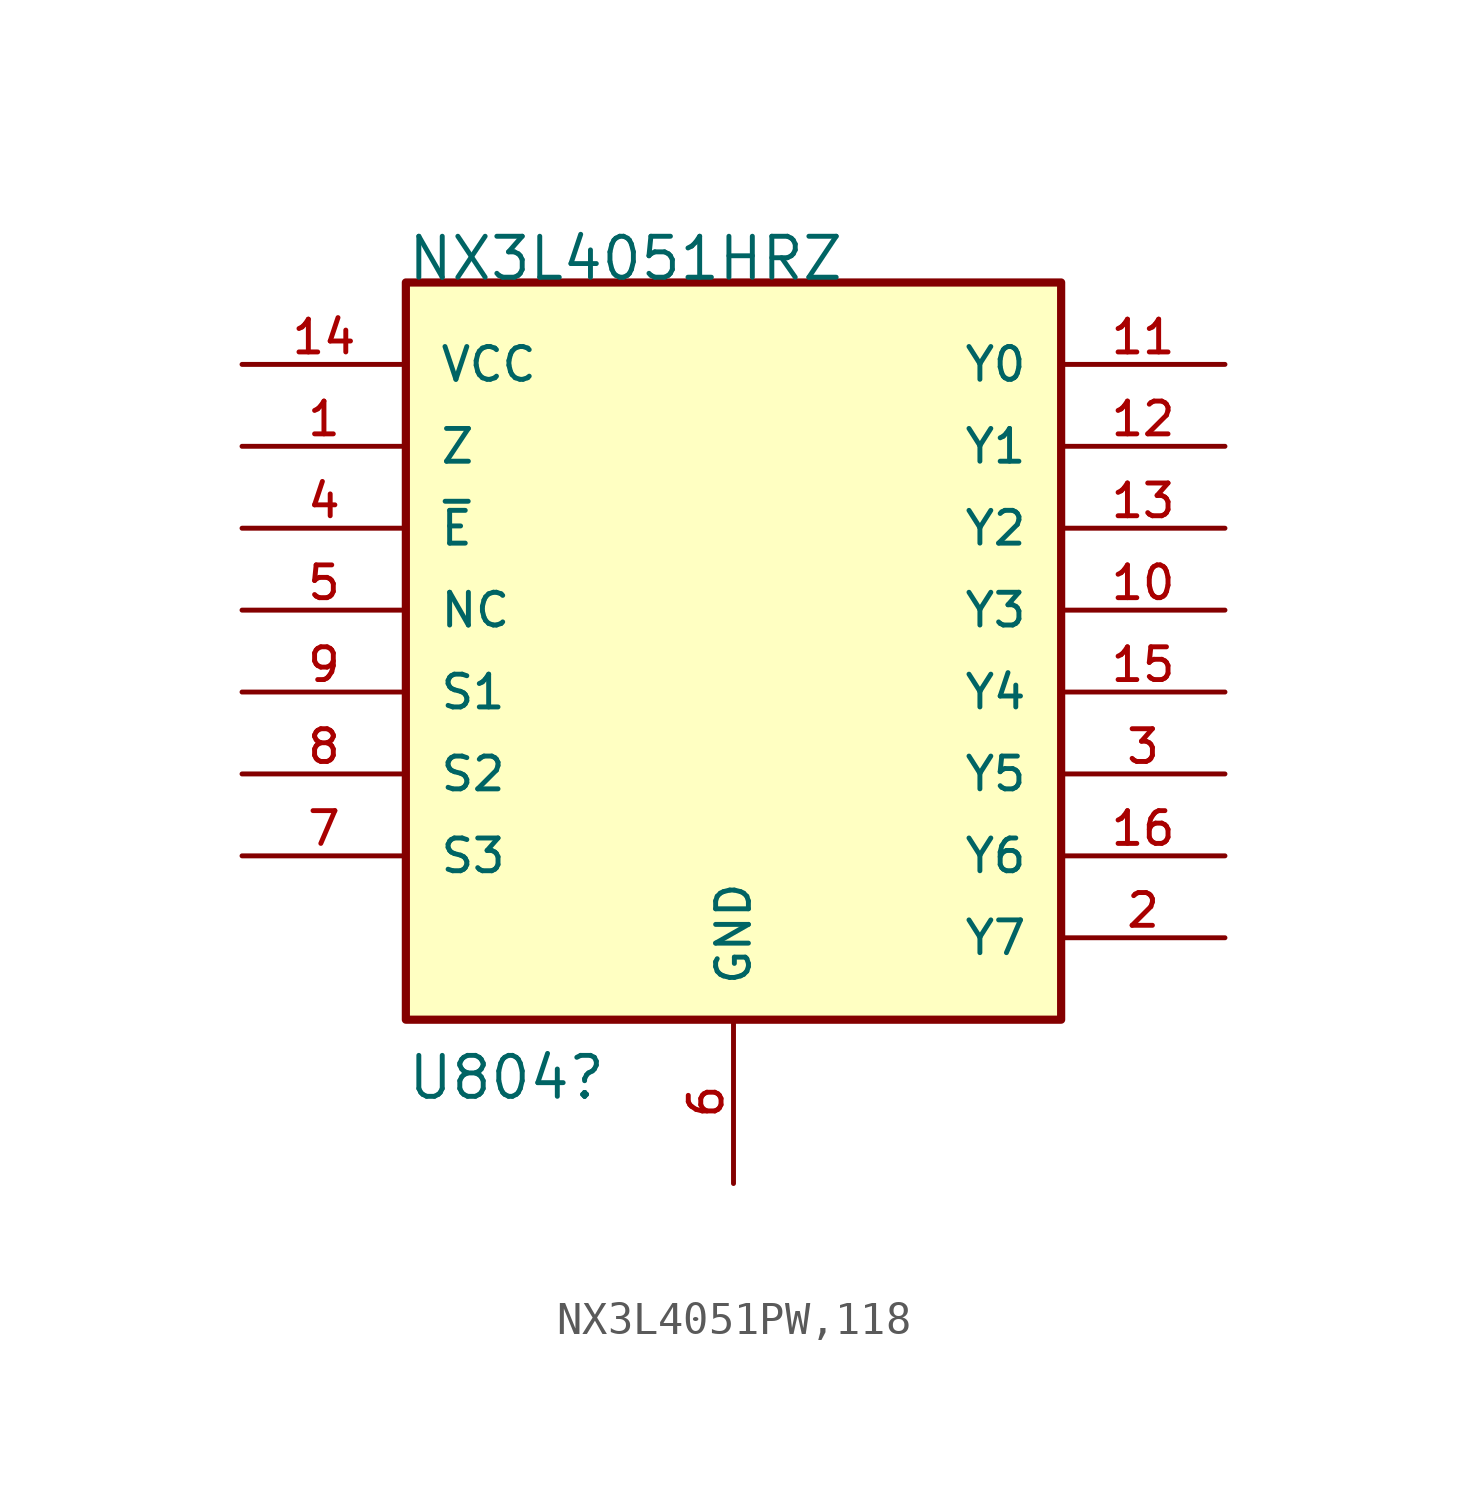
<source format=kicad_sym>
(kicad_symbol_lib
  (version 20211014)
  (generator kicad_symbol_editor)
  (symbol "NX3L4051PW,118"
    (pin_names
      (offset 1.016))
    (property "Reference" "U804"
      (at -10.16 -7.62 0)
      (effects (font (size 1.27 1.27)) (justify left bottom)))
    (property "Value" "NX3L4051HRZ"
      (at -10.16 17.78 0)
      (effects (font (size 1.27 1.27)) (justify left bottom)))
    (property "ki_locked" ""
      (at 0 0 0)
      (effects (font (size 1.27 1.27))))
    (symbol "NX3L4051PW,118_0_0"
      (rectangle (start -10.16 17.78) (end 10.16 -5.08) (stroke (width 0.254) (type default) (color 0 0 0 0)) (fill (type background)))
      (pin bidirectional line (at -15.24 12.7 0) (length 5.08) (name "Z" (effects (font (size 1.016 1.016)))) (number "1" (effects (font (size 1.016 1.016)))))
      (pin bidirectional line (at 15.24 7.62 180) (length 5.08) (name "Y3" (effects (font (size 1.016 1.016)))) (number "10" (effects (font (size 1.016 1.016)))))
      (pin bidirectional line (at 15.24 15.24 180) (length 5.08) (name "Y0" (effects (font (size 1.016 1.016)))) (number "11" (effects (font (size 1.016 1.016)))))
      (pin bidirectional line (at 15.24 12.7 180) (length 5.08) (name "Y1" (effects (font (size 1.016 1.016)))) (number "12" (effects (font (size 1.016 1.016)))))
      (pin bidirectional line (at 15.24 10.16 180) (length 5.08) (name "Y2" (effects (font (size 1.016 1.016)))) (number "13" (effects (font (size 1.016 1.016)))))
      (pin power_in line (at -15.24 15.24 0) (length 5.08) (name "VCC" (effects (font (size 1.016 1.016)))) (number "14" (effects (font (size 1.016 1.016)))))
      (pin bidirectional line (at 15.24 5.08 180) (length 5.08) (name "Y4" (effects (font (size 1.016 1.016)))) (number "15" (effects (font (size 1.016 1.016)))))
      (pin bidirectional line (at 15.24 0 180) (length 5.08) (name "Y6" (effects (font (size 1.016 1.016)))) (number "16" (effects (font (size 1.016 1.016)))))
      (pin bidirectional line (at 15.24 -2.54 180) (length 5.08) (name "Y7" (effects (font (size 1.016 1.016)))) (number "2" (effects (font (size 1.016 1.016)))))
      (pin bidirectional line (at 15.24 2.54 180) (length 5.08) (name "Y5" (effects (font (size 1.016 1.016)))) (number "3" (effects (font (size 1.016 1.016)))))
      (pin bidirectional line (at -15.24 10.16 0) (length 5.08) (name "~{E}" (effects (font (size 1.016 1.016)))) (number "4" (effects (font (size 1.016 1.016)))))
      (pin passive line (at -15.24 7.62 0) (length 5.08) (name "NC" (effects (font (size 1.016 1.016)))) (number "5" (effects (font (size 1.016 1.016)))))
      (pin power_in line (at 0 -10.16 90) (length 5.08) (name "GND" (effects (font (size 1.016 1.016)))) (number "6" (effects (font (size 1.016 1.016)))))
      (pin input line (at -15.24 0 0) (length 5.08) (name "S3" (effects (font (size 1.016 1.016)))) (number "7" (effects (font (size 1.016 1.016)))))
      (pin input line (at -15.24 2.54 0) (length 5.08) (name "S2" (effects (font (size 1.016 1.016)))) (number "8" (effects (font (size 1.016 1.016)))))
      (pin input line (at -15.24 5.08 0) (length 5.08) (name "S1" (effects (font (size 1.016 1.016)))) (number "9" (effects (font (size 1.016 1.016))))))))
</source>
